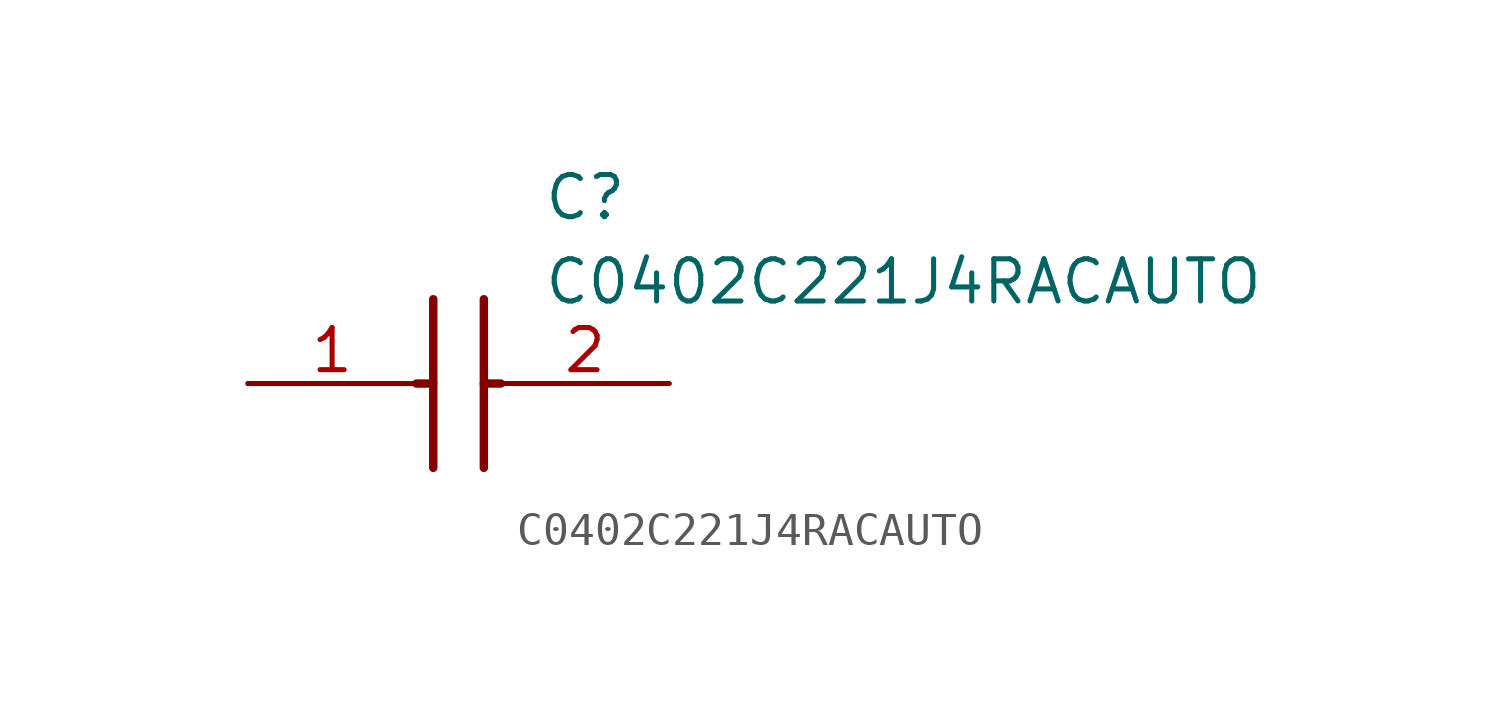
<source format=kicad_sym>
(kicad_symbol_lib
  (version 20211014)
  (generator SamacSys_ECAD_Model)
  (symbol "C0402C221J4RACAUTO"
    (pin_names hide)
    (property "Reference" "C"
      (at 8.89 6.35 0)
      (effects (font (size 1.27 1.27)) (justify left top)))
    (property "Value" "C0402C221J4RACAUTO"
      (at 8.89 3.81 0)
      (effects (font (size 1.27 1.27)) (justify left top)))
    (polyline
      (pts (xy 5.588 2.54) (xy 5.588 -2.54))
      (stroke (width 0.254) (type default))
      (fill (type none)))
    (polyline
      (pts (xy 7.112 2.54) (xy 7.112 -2.54))
      (stroke (width 0.254) (type default))
      (fill (type none)))
    (polyline
      (pts (xy 5.08 0) (xy 5.588 0))
      (stroke (width 0.254) (type default))
      (fill (type none)))
    (polyline
      (pts (xy 7.112 0) (xy 7.62 0))
      (stroke (width 0.254) (type default))
      (fill (type none)))
    (pin passive line
      (at 0 0 0)
      (length 5.08)
      (name "1" (effects (font (size 1.27 1.27))))
      (number "1" (effects (font (size 1.27 1.27)))))
    (pin passive line
      (at 12.7 0 180)
      (length 5.08)
      (name "2" (effects (font (size 1.27 1.27))))
      (number "2" (effects (font (size 1.27 1.27)))))))
</source>
